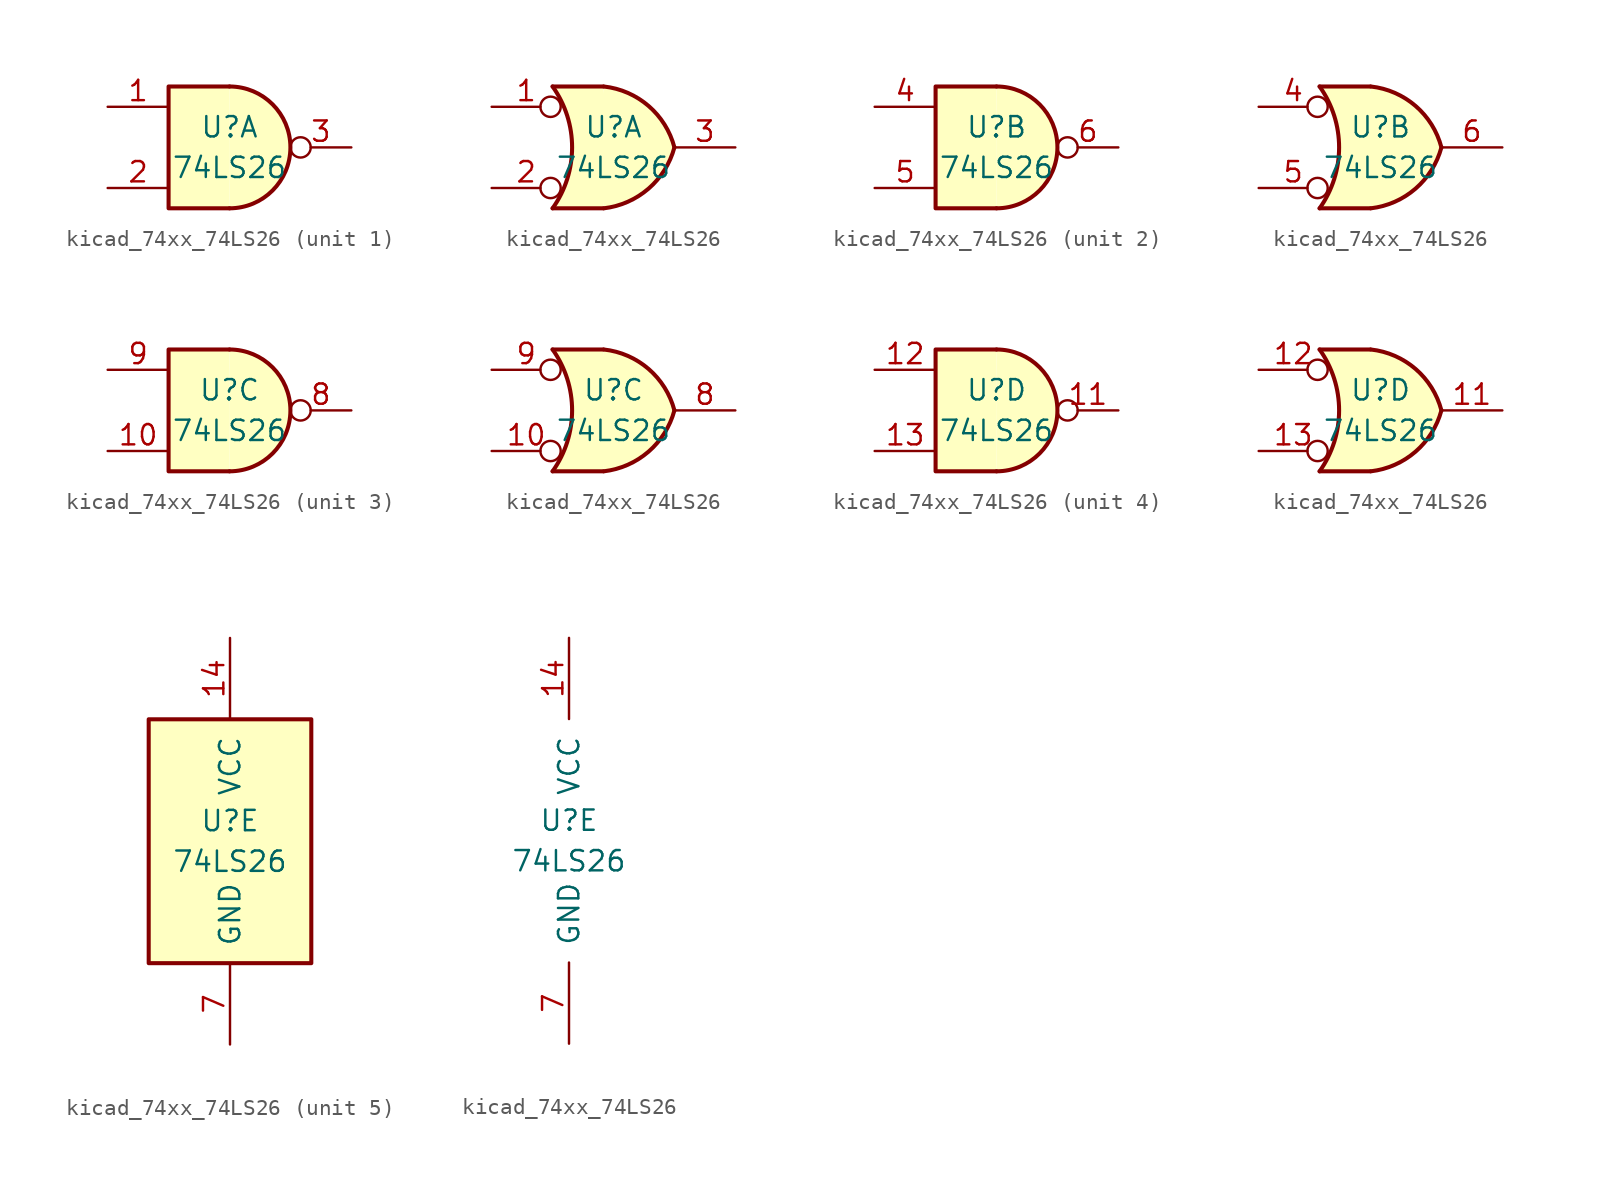
<source format=kicad_sym>
(kicad_symbol_lib
  (version 20220914)
  (generator kicad_symbol_editor)
  (symbol "kicad_74xx_74LS26"
    (pin_names
      (offset 1.016))
    (property "Reference" "U"
      (at 0 1.27 0)
      (effects (font (size 1.27 1.27))))
    (property "Value" "74LS26"
      (at 0 -1.27 0)
      (effects (font (size 1.27 1.27))))
    (property "ki_locked" ""
      (at 0 0 0)
      (effects (font (size 1.27 1.27))))
    (symbol "kicad_74xx_74LS26_1_1"
      (arc (start 0 -3.81) (mid 3.7934 0) (end 0 3.81) (stroke (width 0.254) (type default)) (fill (type background)))
      (polyline (pts (xy 0 3.81) (xy -3.81 3.81) (xy -3.81 -3.81) (xy 0 -3.81)) (stroke (width 0.254) (type default)) (fill (type background)))
      (pin input line (at -7.62 2.54 0) (length 3.81) (name "~" (effects (font (size 1.27 1.27)))) (number "1" (effects (font (size 1.27 1.27)))))
      (pin input line (at -7.62 -2.54 0) (length 3.81) (name "~" (effects (font (size 1.27 1.27)))) (number "2" (effects (font (size 1.27 1.27)))))
      (pin open_collector inverted (at 7.62 0 180) (length 3.81) (name "~" (effects (font (size 1.27 1.27)))) (number "3" (effects (font (size 1.27 1.27))))))
    (symbol "kicad_74xx_74LS26_1_2"
      (arc (start -3.81 -3.81) (mid -2.589 0) (end -3.81 3.81) (stroke (width 0.254) (type default)) (fill (type none)))
      (arc (start -0.6096 -3.81) (mid 2.1842 -2.5851) (end 3.81 0) (stroke (width 0.254) (type default)) (fill (type background)))
      (polyline (pts (xy -3.81 -3.81) (xy -0.635 -3.81)) (stroke (width 0.254) (type default)) (fill (type background)))
      (polyline (pts (xy -3.81 3.81) (xy -0.635 3.81)) (stroke (width 0.254) (type default)) (fill (type background)))
      (polyline (pts (xy -0.635 3.81) (xy -3.81 3.81) (xy -3.81 3.81) (xy -3.556 3.404) (xy -3.023 2.261) (xy -2.692 1.041) (xy -2.616 -0.254) (xy -2.769 -1.499) (xy -3.175 -2.718) (xy -3.81 -3.81) (xy -3.81 -3.81) (xy -0.635 -3.81)) (stroke (width -25.4) (type default)) (fill (type background)))
      (arc (start 3.81 0) (mid 2.1915 2.5936) (end -0.6096 3.81) (stroke (width 0.254) (type default)) (fill (type background)))
      (pin input inverted (at -7.62 2.54 0) (length 4.318) (name "~" (effects (font (size 1.27 1.27)))) (number "1" (effects (font (size 1.27 1.27)))))
      (pin input inverted (at -7.62 -2.54 0) (length 4.318) (name "~" (effects (font (size 1.27 1.27)))) (number "2" (effects (font (size 1.27 1.27)))))
      (pin open_collector line (at 7.62 0 180) (length 3.81) (name "~" (effects (font (size 1.27 1.27)))) (number "3" (effects (font (size 1.27 1.27))))))
    (symbol "kicad_74xx_74LS26_2_1"
      (arc (start 0 -3.81) (mid 3.7934 0) (end 0 3.81) (stroke (width 0.254) (type default)) (fill (type background)))
      (polyline (pts (xy 0 3.81) (xy -3.81 3.81) (xy -3.81 -3.81) (xy 0 -3.81)) (stroke (width 0.254) (type default)) (fill (type background)))
      (pin input line (at -7.62 2.54 0) (length 3.81) (name "~" (effects (font (size 1.27 1.27)))) (number "4" (effects (font (size 1.27 1.27)))))
      (pin input line (at -7.62 -2.54 0) (length 3.81) (name "~" (effects (font (size 1.27 1.27)))) (number "5" (effects (font (size 1.27 1.27)))))
      (pin open_collector inverted (at 7.62 0 180) (length 3.81) (name "~" (effects (font (size 1.27 1.27)))) (number "6" (effects (font (size 1.27 1.27))))))
    (symbol "kicad_74xx_74LS26_2_2"
      (arc (start -3.81 -3.81) (mid -2.589 0) (end -3.81 3.81) (stroke (width 0.254) (type default)) (fill (type none)))
      (arc (start -0.6096 -3.81) (mid 2.1842 -2.5851) (end 3.81 0) (stroke (width 0.254) (type default)) (fill (type background)))
      (polyline (pts (xy -3.81 -3.81) (xy -0.635 -3.81)) (stroke (width 0.254) (type default)) (fill (type background)))
      (polyline (pts (xy -3.81 3.81) (xy -0.635 3.81)) (stroke (width 0.254) (type default)) (fill (type background)))
      (polyline (pts (xy -0.635 3.81) (xy -3.81 3.81) (xy -3.81 3.81) (xy -3.556 3.404) (xy -3.023 2.261) (xy -2.692 1.041) (xy -2.616 -0.254) (xy -2.769 -1.499) (xy -3.175 -2.718) (xy -3.81 -3.81) (xy -3.81 -3.81) (xy -0.635 -3.81)) (stroke (width -25.4) (type default)) (fill (type background)))
      (arc (start 3.81 0) (mid 2.1915 2.5936) (end -0.6096 3.81) (stroke (width 0.254) (type default)) (fill (type background)))
      (pin input inverted (at -7.62 2.54 0) (length 4.318) (name "~" (effects (font (size 1.27 1.27)))) (number "4" (effects (font (size 1.27 1.27)))))
      (pin input inverted (at -7.62 -2.54 0) (length 4.318) (name "~" (effects (font (size 1.27 1.27)))) (number "5" (effects (font (size 1.27 1.27)))))
      (pin open_collector line (at 7.62 0 180) (length 3.81) (name "~" (effects (font (size 1.27 1.27)))) (number "6" (effects (font (size 1.27 1.27))))))
    (symbol "kicad_74xx_74LS26_3_1"
      (arc (start 0 -3.81) (mid 3.7934 0) (end 0 3.81) (stroke (width 0.254) (type default)) (fill (type background)))
      (polyline (pts (xy 0 3.81) (xy -3.81 3.81) (xy -3.81 -3.81) (xy 0 -3.81)) (stroke (width 0.254) (type default)) (fill (type background)))
      (pin input line (at -7.62 -2.54 0) (length 3.81) (name "~" (effects (font (size 1.27 1.27)))) (number "10" (effects (font (size 1.27 1.27)))))
      (pin open_collector inverted (at 7.62 0 180) (length 3.81) (name "~" (effects (font (size 1.27 1.27)))) (number "8" (effects (font (size 1.27 1.27)))))
      (pin input line (at -7.62 2.54 0) (length 3.81) (name "~" (effects (font (size 1.27 1.27)))) (number "9" (effects (font (size 1.27 1.27))))))
    (symbol "kicad_74xx_74LS26_3_2"
      (arc (start -3.81 -3.81) (mid -2.589 0) (end -3.81 3.81) (stroke (width 0.254) (type default)) (fill (type none)))
      (arc (start -0.6096 -3.81) (mid 2.1842 -2.5851) (end 3.81 0) (stroke (width 0.254) (type default)) (fill (type background)))
      (polyline (pts (xy -3.81 -3.81) (xy -0.635 -3.81)) (stroke (width 0.254) (type default)) (fill (type background)))
      (polyline (pts (xy -3.81 3.81) (xy -0.635 3.81)) (stroke (width 0.254) (type default)) (fill (type background)))
      (polyline (pts (xy -0.635 3.81) (xy -3.81 3.81) (xy -3.81 3.81) (xy -3.556 3.404) (xy -3.023 2.261) (xy -2.692 1.041) (xy -2.616 -0.254) (xy -2.769 -1.499) (xy -3.175 -2.718) (xy -3.81 -3.81) (xy -3.81 -3.81) (xy -0.635 -3.81)) (stroke (width -25.4) (type default)) (fill (type background)))
      (arc (start 3.81 0) (mid 2.1915 2.5936) (end -0.6096 3.81) (stroke (width 0.254) (type default)) (fill (type background)))
      (pin input inverted (at -7.62 -2.54 0) (length 4.318) (name "~" (effects (font (size 1.27 1.27)))) (number "10" (effects (font (size 1.27 1.27)))))
      (pin open_collector line (at 7.62 0 180) (length 3.81) (name "~" (effects (font (size 1.27 1.27)))) (number "8" (effects (font (size 1.27 1.27)))))
      (pin input inverted (at -7.62 2.54 0) (length 4.318) (name "~" (effects (font (size 1.27 1.27)))) (number "9" (effects (font (size 1.27 1.27))))))
    (symbol "kicad_74xx_74LS26_4_1"
      (arc (start 0 -3.81) (mid 3.7934 0) (end 0 3.81) (stroke (width 0.254) (type default)) (fill (type background)))
      (polyline (pts (xy 0 3.81) (xy -3.81 3.81) (xy -3.81 -3.81) (xy 0 -3.81)) (stroke (width 0.254) (type default)) (fill (type background)))
      (pin open_collector inverted (at 7.62 0 180) (length 3.81) (name "~" (effects (font (size 1.27 1.27)))) (number "11" (effects (font (size 1.27 1.27)))))
      (pin input line (at -7.62 2.54 0) (length 3.81) (name "~" (effects (font (size 1.27 1.27)))) (number "12" (effects (font (size 1.27 1.27)))))
      (pin input line (at -7.62 -2.54 0) (length 3.81) (name "~" (effects (font (size 1.27 1.27)))) (number "13" (effects (font (size 1.27 1.27))))))
    (symbol "kicad_74xx_74LS26_4_2"
      (arc (start -3.81 -3.81) (mid -2.589 0) (end -3.81 3.81) (stroke (width 0.254) (type default)) (fill (type none)))
      (arc (start -0.6096 -3.81) (mid 2.1842 -2.5851) (end 3.81 0) (stroke (width 0.254) (type default)) (fill (type background)))
      (polyline (pts (xy -3.81 -3.81) (xy -0.635 -3.81)) (stroke (width 0.254) (type default)) (fill (type background)))
      (polyline (pts (xy -3.81 3.81) (xy -0.635 3.81)) (stroke (width 0.254) (type default)) (fill (type background)))
      (polyline (pts (xy -0.635 3.81) (xy -3.81 3.81) (xy -3.81 3.81) (xy -3.556 3.404) (xy -3.023 2.261) (xy -2.692 1.041) (xy -2.616 -0.254) (xy -2.769 -1.499) (xy -3.175 -2.718) (xy -3.81 -3.81) (xy -3.81 -3.81) (xy -0.635 -3.81)) (stroke (width -25.4) (type default)) (fill (type background)))
      (arc (start 3.81 0) (mid 2.1915 2.5936) (end -0.6096 3.81) (stroke (width 0.254) (type default)) (fill (type background)))
      (pin open_collector line (at 7.62 0 180) (length 3.81) (name "~" (effects (font (size 1.27 1.27)))) (number "11" (effects (font (size 1.27 1.27)))))
      (pin input inverted (at -7.62 2.54 0) (length 4.318) (name "~" (effects (font (size 1.27 1.27)))) (number "12" (effects (font (size 1.27 1.27)))))
      (pin input inverted (at -7.62 -2.54 0) (length 4.318) (name "~" (effects (font (size 1.27 1.27)))) (number "13" (effects (font (size 1.27 1.27))))))
    (symbol "kicad_74xx_74LS26_5_0"
      (pin power_in line (at 0 12.7 270) (length 5.08) (name "VCC" (effects (font (size 1.27 1.27)))) (number "14" (effects (font (size 1.27 1.27)))))
      (pin power_in line (at 0 -12.7 90) (length 5.08) (name "GND" (effects (font (size 1.27 1.27)))) (number "7" (effects (font (size 1.27 1.27))))))
    (symbol "kicad_74xx_74LS26_5_1"
      (rectangle (start -5.08 7.62) (end 5.08 -7.62) (stroke (width 0.254) (type default)) (fill (type background))))))
</source>
